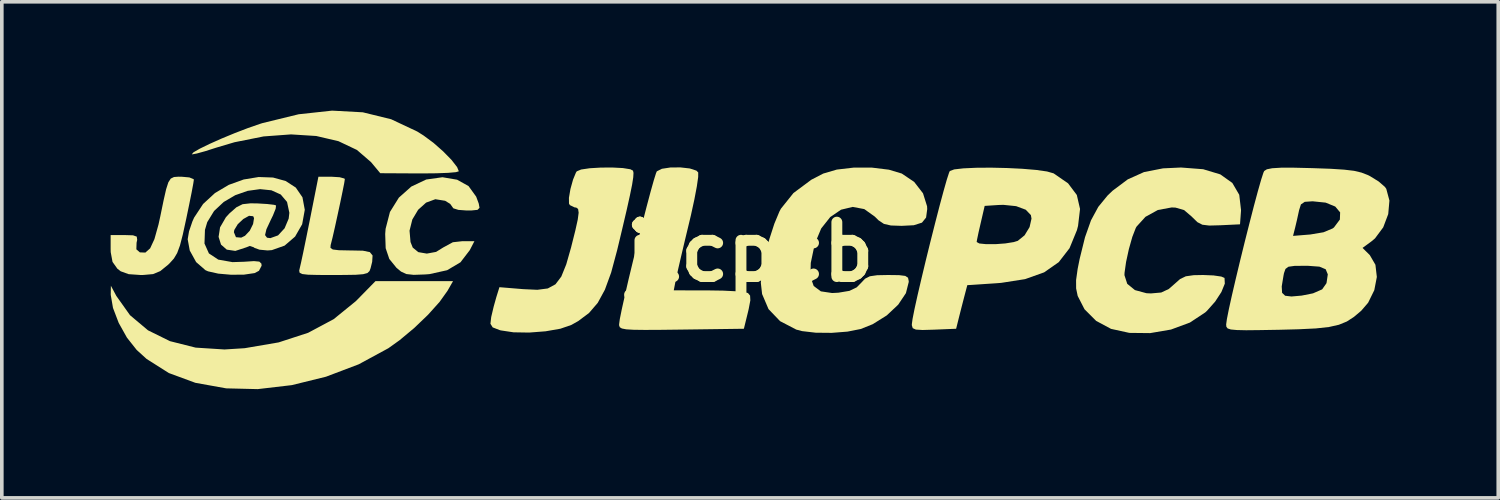
<source format=kicad_pcb>
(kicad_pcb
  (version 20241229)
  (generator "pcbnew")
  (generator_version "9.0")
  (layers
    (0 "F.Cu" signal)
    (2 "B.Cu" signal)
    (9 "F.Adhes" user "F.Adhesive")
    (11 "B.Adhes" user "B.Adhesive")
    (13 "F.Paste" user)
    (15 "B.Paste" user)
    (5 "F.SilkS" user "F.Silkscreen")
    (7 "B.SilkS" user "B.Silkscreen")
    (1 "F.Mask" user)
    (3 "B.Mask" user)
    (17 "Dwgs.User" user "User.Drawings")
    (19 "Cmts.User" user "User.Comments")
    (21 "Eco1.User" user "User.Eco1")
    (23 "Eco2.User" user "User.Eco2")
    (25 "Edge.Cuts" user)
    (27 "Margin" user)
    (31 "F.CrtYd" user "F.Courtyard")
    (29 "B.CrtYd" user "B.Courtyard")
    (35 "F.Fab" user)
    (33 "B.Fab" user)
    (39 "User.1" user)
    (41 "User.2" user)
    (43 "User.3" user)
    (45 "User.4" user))
  (footprint "jlcpcb"
    (layer "F.Cu")
    (at 17.627 3.896)
    (property "Reference" "jlcpcb" (at 0 0 0) (layer "F.SilkS") (effects (font (size 1.5 1.5) (thickness 0.3))))
    (attr board_only exclude_from_pos_files exclude_from_bom)
    (fp_poly (pts (xy -8.342 1.073) (xy -8.559 1.377) (xy -8.878 1.732) (xy -9.258 2.096) (xy -9.658 2.43) (xy -9.971 2.654) (xy -10.788 3.097) (xy -11.69 3.439) (xy -12.633 3.671) (xy -13.573 3.781) (xy -14.441 3.76) (xy -15.292 3.607) (xy -16.022 3.338) (xy -16.636 2.949) (xy -16.909 2.701) (xy -17.178 2.361) (xy -17.405 1.955) (xy -17.562 1.543) (xy -17.624 1.183) (xy -17.624 1.161) (xy -17.62 0.931) (xy -17.47 1.212) (xy -17.093 1.743) (xy -16.597 2.16) (xy -15.991 2.459) (xy -15.284 2.637) (xy -14.488 2.688) (xy -13.932 2.653) (xy -12.995 2.493) (xy -12.182 2.228) (xy -11.478 1.852) (xy -10.87 1.358) (xy -10.813 1.301) (xy -10.326 0.804) (xy -9.257 0.804) (xy -8.188 0.804)) (stroke (width 0) (type solid)) (fill yes) (layer "F.SilkS"))
    (fp_poly (pts (xy -10.675 -3.85) (xy -9.895 -3.659) (xy -9.176 -3.321) (xy -9.001 -3.211) (xy -8.727 -3.008) (xy -8.459 -2.772) (xy -8.23 -2.538) (xy -8.076 -2.34) (xy -8.028 -2.224) (xy -8.107 -2.2) (xy -8.325 -2.181) (xy -8.649 -2.169) (xy -9.047 -2.165) (xy -9.111 -2.165) (xy -10.194 -2.171) (xy -10.448 -2.476) (xy -10.837 -2.812) (xy -11.347 -3.054) (xy -11.959 -3.197) (xy -12.654 -3.241) (xy -13.411 -3.185) (xy -14.212 -3.025) (xy -14.714 -2.876) (xy -15.017 -2.779) (xy -15.252 -2.714) (xy -15.379 -2.691) (xy -15.389 -2.694) (xy -15.342 -2.748) (xy -15.168 -2.848) (xy -14.899 -2.979) (xy -14.567 -3.127) (xy -14.204 -3.277) (xy -13.842 -3.416) (xy -13.513 -3.53) (xy -13.447 -3.551) (xy -12.444 -3.796) (xy -11.522 -3.896)) (stroke (width 0) (type solid)) (fill yes) (layer "F.SilkS"))
    (fp_poly (pts (xy -11.313 -2.06) (xy -11.184 -2.025) (xy -11.171 -2.007) (xy -11.188 -1.897) (xy -11.234 -1.666) (xy -11.298 -1.357) (xy -11.372 -1.014) (xy -11.445 -0.68) (xy -11.509 -0.4) (xy -11.555 -0.216) (xy -11.562 -0.191) (xy -11.567 -0.113) (xy -11.503 -0.068) (xy -11.336 -0.048) (xy -11.035 -0.042) (xy -11.007 -0.042) (xy -10.673 -0.035) (xy -10.482 0.004) (xy -10.406 0.097) (xy -10.417 0.271) (xy -10.46 0.445) (xy -10.49 0.526) (xy -10.548 0.581) (xy -10.666 0.613) (xy -10.872 0.629) (xy -11.198 0.634) (xy -11.488 0.635) (xy -11.907 0.634) (xy -12.183 0.627) (xy -12.343 0.609) (xy -12.417 0.573) (xy -12.429 0.515) (xy -12.413 0.445) (xy -12.378 0.294) (xy -12.318 0.014) (xy -12.241 -0.36) (xy -12.154 -0.79) (xy -12.13 -0.91) (xy -11.899 -2.074) (xy -11.535 -2.074)) (stroke (width 0) (type solid)) (fill yes) (layer "F.SilkS"))
    (fp_poly (pts (xy -15.668 -2.074) (xy -15.457 -2.055) (xy -15.341 -2.008) (xy -15.333 -1.99) (xy -15.35 -1.878) (xy -15.395 -1.637) (xy -15.463 -1.301) (xy -15.544 -0.91) (xy -15.638 -0.479) (xy -15.716 -0.178) (xy -15.793 0.03) (xy -15.883 0.181) (xy -16 0.311) (xy -16.052 0.36) (xy -16.26 0.528) (xy -16.457 0.61) (xy -16.723 0.634) (xy -16.803 0.635) (xy -17.13 0.612) (xy -17.349 0.533) (xy -17.441 0.462) (xy -17.575 0.274) (xy -17.625 0.005) (xy -17.627 -0.088) (xy -17.627 -0.466) (xy -17.243 -0.466) (xy -17.01 -0.459) (xy -16.907 -0.423) (xy -16.895 -0.333) (xy -16.912 -0.255) (xy -16.918 -0.073) (xy -16.822 0.011) (xy -16.67 0.017) (xy -16.538 -0.1) (xy -16.42 -0.354) (xy -16.307 -0.758) (xy -16.257 -0.986) (xy -16.166 -1.428) (xy -16.097 -1.73) (xy -16.036 -1.92) (xy -15.969 -2.023) (xy -15.881 -2.066) (xy -15.758 -2.075)) (stroke (width 0) (type solid)) (fill yes) (layer "F.SilkS"))
    (fp_poly (pts (xy -8.076 -1.992) (xy -7.761 -1.817) (xy -7.55 -1.525) (xy -7.479 -1.333) (xy -7.458 -1.217) (xy -7.512 -1.161) (xy -7.68 -1.144) (xy -7.81 -1.143) (xy -8.04 -1.16) (xy -8.179 -1.203) (xy -8.198 -1.229) (xy -8.266 -1.325) (xy -8.406 -1.411) (xy -8.676 -1.454) (xy -8.931 -1.36) (xy -9.15 -1.163) (xy -9.31 -0.895) (xy -9.387 -0.587) (xy -9.36 -0.274) (xy -9.299 -0.121) (xy -9.145 0.005) (xy -8.91 0.045) (xy -8.655 -0.002) (xy -8.453 -0.127) (xy -8.193 -0.268) (xy -7.941 -0.296) (xy -7.599 -0.296) (xy -7.727 -0.049) (xy -7.983 0.285) (xy -8.351 0.503) (xy -8.839 0.611) (xy -8.96 0.62) (xy -9.273 0.631) (xy -9.474 0.609) (xy -9.621 0.541) (xy -9.745 0.439) (xy -9.945 0.193) (xy -10.045 -0.103) (xy -10.058 -0.495) (xy -10.047 -0.638) (xy -9.927 -1.103) (xy -9.681 -1.498) (xy -9.338 -1.803) (xy -8.928 -1.997) (xy -8.479 -2.06)) (stroke (width 0) (type solid)) (fill yes) (layer "F.SilkS"))
    (fp_poly (pts (xy -1.661 -2.302) (xy -1.478 -2.242) (xy -1.429 -2.192) (xy -1.43 -2.066) (xy -1.467 -1.807) (xy -1.535 -1.448) (xy -1.628 -1.021) (xy -1.687 -0.774) (xy -1.799 -0.308) (xy -1.9 0.12) (xy -1.982 0.474) (xy -2.036 0.717) (xy -2.05 0.783) (xy -2.103 1.058) (xy -1.136 1.06) (xy -0.74 1.066) (xy -0.401 1.083) (xy -0.159 1.107) (xy -0.058 1.132) (xy 0.001 1.202) (xy 0.008 1.334) (xy -0.037 1.571) (xy -0.058 1.66) (xy -0.17 2.117) (xy -1.89 2.14) (xy -2.471 2.147) (xy -2.904 2.149) (xy -3.211 2.145) (xy -3.413 2.133) (xy -3.532 2.11) (xy -3.59 2.076) (xy -3.609 2.027) (xy -3.61 1.996) (xy -3.591 1.853) (xy -3.536 1.58) (xy -3.452 1.204) (xy -3.348 0.752) (xy -3.228 0.254) (xy -3.101 -0.264) (xy -2.974 -0.774) (xy -2.852 -1.247) (xy -2.743 -1.657) (xy -2.654 -1.974) (xy -2.592 -2.172) (xy -2.57 -2.223) (xy -2.431 -2.293) (xy -2.195 -2.329) (xy -1.919 -2.331)) (stroke (width 0) (type solid)) (fill yes) (layer "F.SilkS"))
    (fp_poly (pts (xy -3.507 -2.313) (xy -3.3 -2.28) (xy -3.227 -2.242) (xy -3.213 -2.18) (xy -3.22 -2.058) (xy -3.251 -1.858) (xy -3.311 -1.562) (xy -3.402 -1.153) (xy -3.529 -0.612) (xy -3.664 -0.048) (xy -3.829 0.567) (xy -4.002 1.041) (xy -4.199 1.403) (xy -4.439 1.682) (xy -4.738 1.906) (xy -4.927 2.012) (xy -5.229 2.116) (xy -5.637 2.187) (xy -6.089 2.222) (xy -6.521 2.215) (xy -6.873 2.162) (xy -6.908 2.152) (xy -7.095 2.079) (xy -7.157 1.979) (xy -7.136 1.795) (xy -7.068 1.508) (xy -6.995 1.247) (xy -6.909 0.971) (xy -6.254 1.025) (xy -5.864 1.043) (xy -5.576 1.006) (xy -5.364 0.891) (xy -5.203 0.678) (xy -5.067 0.342) (xy -4.93 -0.138) (xy -4.928 -0.149) (xy -4.817 -0.59) (xy -4.75 -0.892) (xy -4.725 -1.082) (xy -4.74 -1.184) (xy -4.792 -1.224) (xy -4.835 -1.228) (xy -4.966 -1.291) (xy -4.991 -1.333) (xy -4.993 -1.493) (xy -4.951 -1.737) (xy -4.88 -1.993) (xy -4.8 -2.188) (xy -4.777 -2.223) (xy -4.657 -2.273) (xy -4.42 -2.308) (xy -4.117 -2.326) (xy -3.796 -2.328)) (stroke (width 0) (type solid)) (fill yes) (layer "F.SilkS"))
    (fp_poly (pts (xy 3.362 -2.325) (xy 3.828 -2.268) (xy 4.182 -2.162) (xy 4.524 -1.932) (xy 4.768 -1.617) (xy 4.88 -1.26) (xy 4.884 -1.181) (xy 4.853 -0.949) (xy 4.739 -0.808) (xy 4.514 -0.737) (xy 4.18 -0.72) (xy 3.882 -0.73) (xy 3.69 -0.774) (xy 3.539 -0.875) (xy 3.44 -0.974) (xy 3.149 -1.182) (xy 2.83 -1.242) (xy 2.508 -1.165) (xy 2.21 -0.962) (xy 1.961 -0.647) (xy 1.787 -0.23) (xy 1.782 -0.212) (xy 1.674 0.301) (xy 1.664 0.681) (xy 1.755 0.939) (xy 1.953 1.086) (xy 2.263 1.132) (xy 2.435 1.123) (xy 2.74 1.072) (xy 2.939 0.976) (xy 3.056 0.858) (xy 3.17 0.737) (xy 3.302 0.67) (xy 3.504 0.641) (xy 3.805 0.635) (xy 4.108 0.639) (xy 4.279 0.66) (xy 4.355 0.71) (xy 4.374 0.801) (xy 4.375 0.826) (xy 4.297 1.135) (xy 4.084 1.453) (xy 3.769 1.749) (xy 3.382 1.991) (xy 3.049 2.124) (xy 2.686 2.196) (xy 2.252 2.23) (xy 1.812 2.226) (xy 1.434 2.182) (xy 1.274 2.14) (xy 0.827 1.907) (xy 0.509 1.575) (xy 0.332 1.16) (xy 0.297 0.848) (xy 0.329 0.521) (xy 0.413 0.1) (xy 0.532 -0.354) (xy 0.67 -0.78) (xy 0.811 -1.118) (xy 0.851 -1.193) (xy 1.197 -1.625) (xy 1.689 -1.991) (xy 2.017 -2.161) (xy 2.391 -2.271) (xy 2.861 -2.326)) (stroke (width 0) (type solid)) (fill yes) (layer "F.SilkS"))
    (fp_poly (pts (xy 12.491 -2.281) (xy 12.963 -2.139) (xy 13.295 -1.903) (xy 13.486 -1.576) (xy 13.535 -1.156) (xy 13.533 -1.117) (xy 13.507 -0.762) (xy 12.963 -0.736) (xy 12.66 -0.728) (xy 12.469 -0.751) (xy 12.333 -0.821) (xy 12.194 -0.956) (xy 12.182 -0.969) (xy 11.966 -1.154) (xy 11.729 -1.223) (xy 11.622 -1.227) (xy 11.243 -1.157) (xy 10.901 -0.969) (xy 10.655 -0.699) (xy 10.633 -0.66) (xy 10.538 -0.415) (xy 10.443 -0.078) (xy 10.366 0.276) (xy 10.324 0.572) (xy 10.321 0.639) (xy 10.398 0.878) (xy 10.61 1.051) (xy 10.927 1.137) (xy 11.05 1.143) (xy 11.335 1.118) (xy 11.543 1.021) (xy 11.694 0.889) (xy 11.854 0.747) (xy 12.012 0.671) (xy 12.229 0.64) (xy 12.489 0.635) (xy 12.777 0.647) (xy 12.991 0.678) (xy 13.08 0.716) (xy 13.088 0.873) (xy 12.994 1.104) (xy 12.822 1.368) (xy 12.596 1.623) (xy 12.548 1.667) (xy 12.126 1.946) (xy 11.604 2.139) (xy 11.03 2.237) (xy 10.457 2.231) (xy 9.951 2.12) (xy 9.541 1.9) (xy 9.22 1.579) (xy 9.032 1.212) (xy 8.989 1.007) (xy 8.988 0.775) (xy 9.031 0.467) (xy 9.086 0.193) (xy 9.234 -0.406) (xy 9.399 -0.872) (xy 9.6 -1.243) (xy 9.854 -1.554) (xy 9.994 -1.688) (xy 10.412 -2.001) (xy 10.86 -2.202) (xy 11.385 -2.305) (xy 11.881 -2.328)) (stroke (width 0) (type solid)) (fill yes) (layer "F.SilkS"))
    (fp_poly (pts (xy 7.082 -2.314) (xy 7.509 -2.293) (xy 7.889 -2.261) (xy 8.186 -2.219) (xy 8.365 -2.168) (xy 8.368 -2.167) (xy 8.767 -1.892) (xy 9.008 -1.571) (xy 9.097 -1.185) (xy 9.042 -0.719) (xy 9.011 -0.6) (xy 8.807 -0.103) (xy 8.51 0.281) (xy 8.107 0.562) (xy 7.582 0.749) (xy 6.922 0.852) (xy 6.781 0.863) (xy 5.989 0.915) (xy 5.909 1.219) (xy 5.83 1.524) (xy 5.755 1.82) (xy 5.681 2.117) (xy 5.071 2.142) (xy 4.754 2.151) (xy 4.571 2.14) (xy 4.485 2.101) (xy 4.461 2.025) (xy 4.46 1.992) (xy 4.48 1.845) (xy 4.535 1.568) (xy 4.619 1.188) (xy 4.725 0.734) (xy 4.845 0.233) (xy 4.97 -0.275) (xy 6.247 -0.275) (xy 6.32 -0.234) (xy 6.51 -0.215) (xy 6.765 -0.215) (xy 7.035 -0.235) (xy 7.268 -0.272) (xy 7.381 -0.307) (xy 7.568 -0.459) (xy 7.706 -0.686) (xy 7.759 -0.919) (xy 7.742 -1.016) (xy 7.601 -1.164) (xy 7.335 -1.263) (xy 6.984 -1.299) (xy 6.85 -1.295) (xy 6.468 -1.27) (xy 6.36 -0.804) (xy 6.299 -0.538) (xy 6.258 -0.342) (xy 6.247 -0.275) (xy 4.97 -0.275) (xy 4.973 -0.286) (xy 5.102 -0.796) (xy 5.224 -1.269) (xy 5.334 -1.677) (xy 5.423 -1.991) (xy 5.486 -2.185) (xy 5.507 -2.231) (xy 5.628 -2.276) (xy 5.882 -2.305) (xy 6.232 -2.321) (xy 6.645 -2.324)) (stroke (width 0) (type solid)) (fill yes) (layer "F.SilkS"))
    (fp_poly (pts (xy -13.151 -2.052) (xy -12.802 -1.956) (xy -12.523 -1.775) (xy -12.339 -1.507) (xy -12.275 -1.162) (xy -12.347 -0.764) (xy -12.542 -0.424) (xy -12.831 -0.175) (xy -13.182 -0.051) (xy -13.301 -0.042) (xy -13.523 -0.063) (xy -13.664 -0.113) (xy -13.677 -0.127) (xy -13.79 -0.166) (xy -13.889 -0.127) (xy -14.189 -0.029) (xy -14.425 -0.064) (xy -14.584 -0.203) (xy -14.651 -0.417) (xy -14.631 -0.544) (xy -14.229 -0.544) (xy -14.172 -0.407) (xy -14.027 -0.395) (xy -13.923 -0.446) (xy -13.792 -0.585) (xy -13.7 -0.771) (xy -13.674 -0.933) (xy -13.697 -0.985) (xy -13.811 -0.997) (xy -13.969 -0.909) (xy -14.122 -0.766) (xy -14.218 -0.607) (xy -14.229 -0.544) (xy -14.631 -0.544) (xy -14.611 -0.678) (xy -14.45 -0.956) (xy -14.352 -1.063) (xy -14.158 -1.233) (xy -13.989 -1.317) (xy -13.771 -1.341) (xy -13.577 -1.338) (xy -13.311 -1.322) (xy -13.123 -1.3) (xy -13.067 -1.283) (xy -13.078 -1.192) (xy -13.153 -1.005) (xy -13.204 -0.901) (xy -13.333 -0.625) (xy -13.37 -0.465) (xy -13.316 -0.393) (xy -13.225 -0.381) (xy -13.012 -0.457) (xy -12.831 -0.653) (xy -12.719 -0.919) (xy -12.7 -1.079) (xy -12.764 -1.379) (xy -12.938 -1.584) (xy -13.195 -1.7) (xy -13.507 -1.732) (xy -13.849 -1.685) (xy -14.192 -1.565) (xy -14.51 -1.378) (xy -14.776 -1.129) (xy -14.964 -0.822) (xy -15.027 -0.609) (xy -15.04 -0.233) (xy -14.918 0.04) (xy -14.66 0.211) (xy -14.268 0.28) (xy -13.953 0.27) (xy -13.676 0.252) (xy -13.528 0.266) (xy -13.471 0.321) (xy -13.465 0.379) (xy -13.538 0.519) (xy -13.656 0.582) (xy -13.95 0.625) (xy -14.308 0.628) (xy -14.661 0.597) (xy -14.941 0.534) (xy -15.014 0.502) (xy -15.27 0.279) (xy -15.446 -0.04) (xy -15.503 -0.35) (xy -15.466 -0.568) (xy -15.373 -0.842) (xy -15.326 -0.947) (xy -15.078 -1.323) (xy -14.751 -1.624) (xy -14.37 -1.85) (xy -13.96 -1.998) (xy -13.545 -2.066)) (stroke (width 0) (type solid)) (fill yes) (layer "F.SilkS"))
    (fp_poly (pts (xy 15.501 -2.311) (xy 16.008 -2.293) (xy 16.379 -2.269) (xy 16.65 -2.237) (xy 16.853 -2.189) (xy 17.025 -2.123) (xy 17.093 -2.089) (xy 17.328 -1.944) (xy 17.501 -1.794) (xy 17.539 -1.741) (xy 17.626 -1.417) (xy 17.593 -1.044) (xy 17.455 -0.679) (xy 17.229 -0.375) (xy 17.137 -0.297) (xy 16.885 -0.112) (xy 17.086 0.088) (xy 17.24 0.353) (xy 17.279 0.689) (xy 17.209 1.053) (xy 17.039 1.399) (xy 16.849 1.62) (xy 16.648 1.79) (xy 16.452 1.917) (xy 16.232 2.007) (xy 15.957 2.069) (xy 15.597 2.108) (xy 15.124 2.131) (xy 14.59 2.145) (xy 14.06 2.154) (xy 13.676 2.158) (xy 13.415 2.152) (xy 13.253 2.137) (xy 13.166 2.108) (xy 13.131 2.063) (xy 13.125 2.001) (xy 13.125 1.999) (xy 13.145 1.852) (xy 13.2 1.575) (xy 13.284 1.195) (xy 13.341 0.95) (xy 14.657 0.95) (xy 14.667 1.126) (xy 14.751 1.207) (xy 14.921 1.227) (xy 14.93 1.227) (xy 15.206 1.203) (xy 15.504 1.144) (xy 15.524 1.139) (xy 15.771 1.031) (xy 15.887 0.867) (xy 15.894 0.843) (xy 15.927 0.617) (xy 15.869 0.477) (xy 15.697 0.405) (xy 15.386 0.382) (xy 15.304 0.381) (xy 15.01 0.384) (xy 14.842 0.407) (xy 14.76 0.468) (xy 14.719 0.585) (xy 14.707 0.646) (xy 14.657 0.95) (xy 13.341 0.95) (xy 13.39 0.74) (xy 13.51 0.239) (xy 13.638 -0.281) (xy 13.679 -0.443) (xy 14.969 -0.443) (xy 15.447 -0.482) (xy 15.809 -0.543) (xy 16.06 -0.648) (xy 16.097 -0.676) (xy 16.26 -0.894) (xy 16.267 -1.091) (xy 16.132 -1.252) (xy 15.868 -1.36) (xy 15.508 -1.397) (xy 15.292 -1.382) (xy 15.186 -1.311) (xy 15.136 -1.153) (xy 15.076 -0.878) (xy 15.028 -0.676) (xy 14.969 -0.443) (xy 13.679 -0.443) (xy 13.767 -0.791) (xy 13.889 -1.265) (xy 13.999 -1.674) (xy 14.089 -1.99) (xy 14.152 -2.185) (xy 14.174 -2.232) (xy 14.247 -2.279) (xy 14.393 -2.308) (xy 14.637 -2.323) (xy 15.004 -2.323)) (stroke (width 0) (type solid)) (fill yes) (layer "F.SilkS")))
  (gr_rect
    (start -3 -3)
    (end 38.253 10.676)
    (stroke (width 0.1) (type default))
    (fill no)
    (layer "Edge.Cuts")))
</source>
